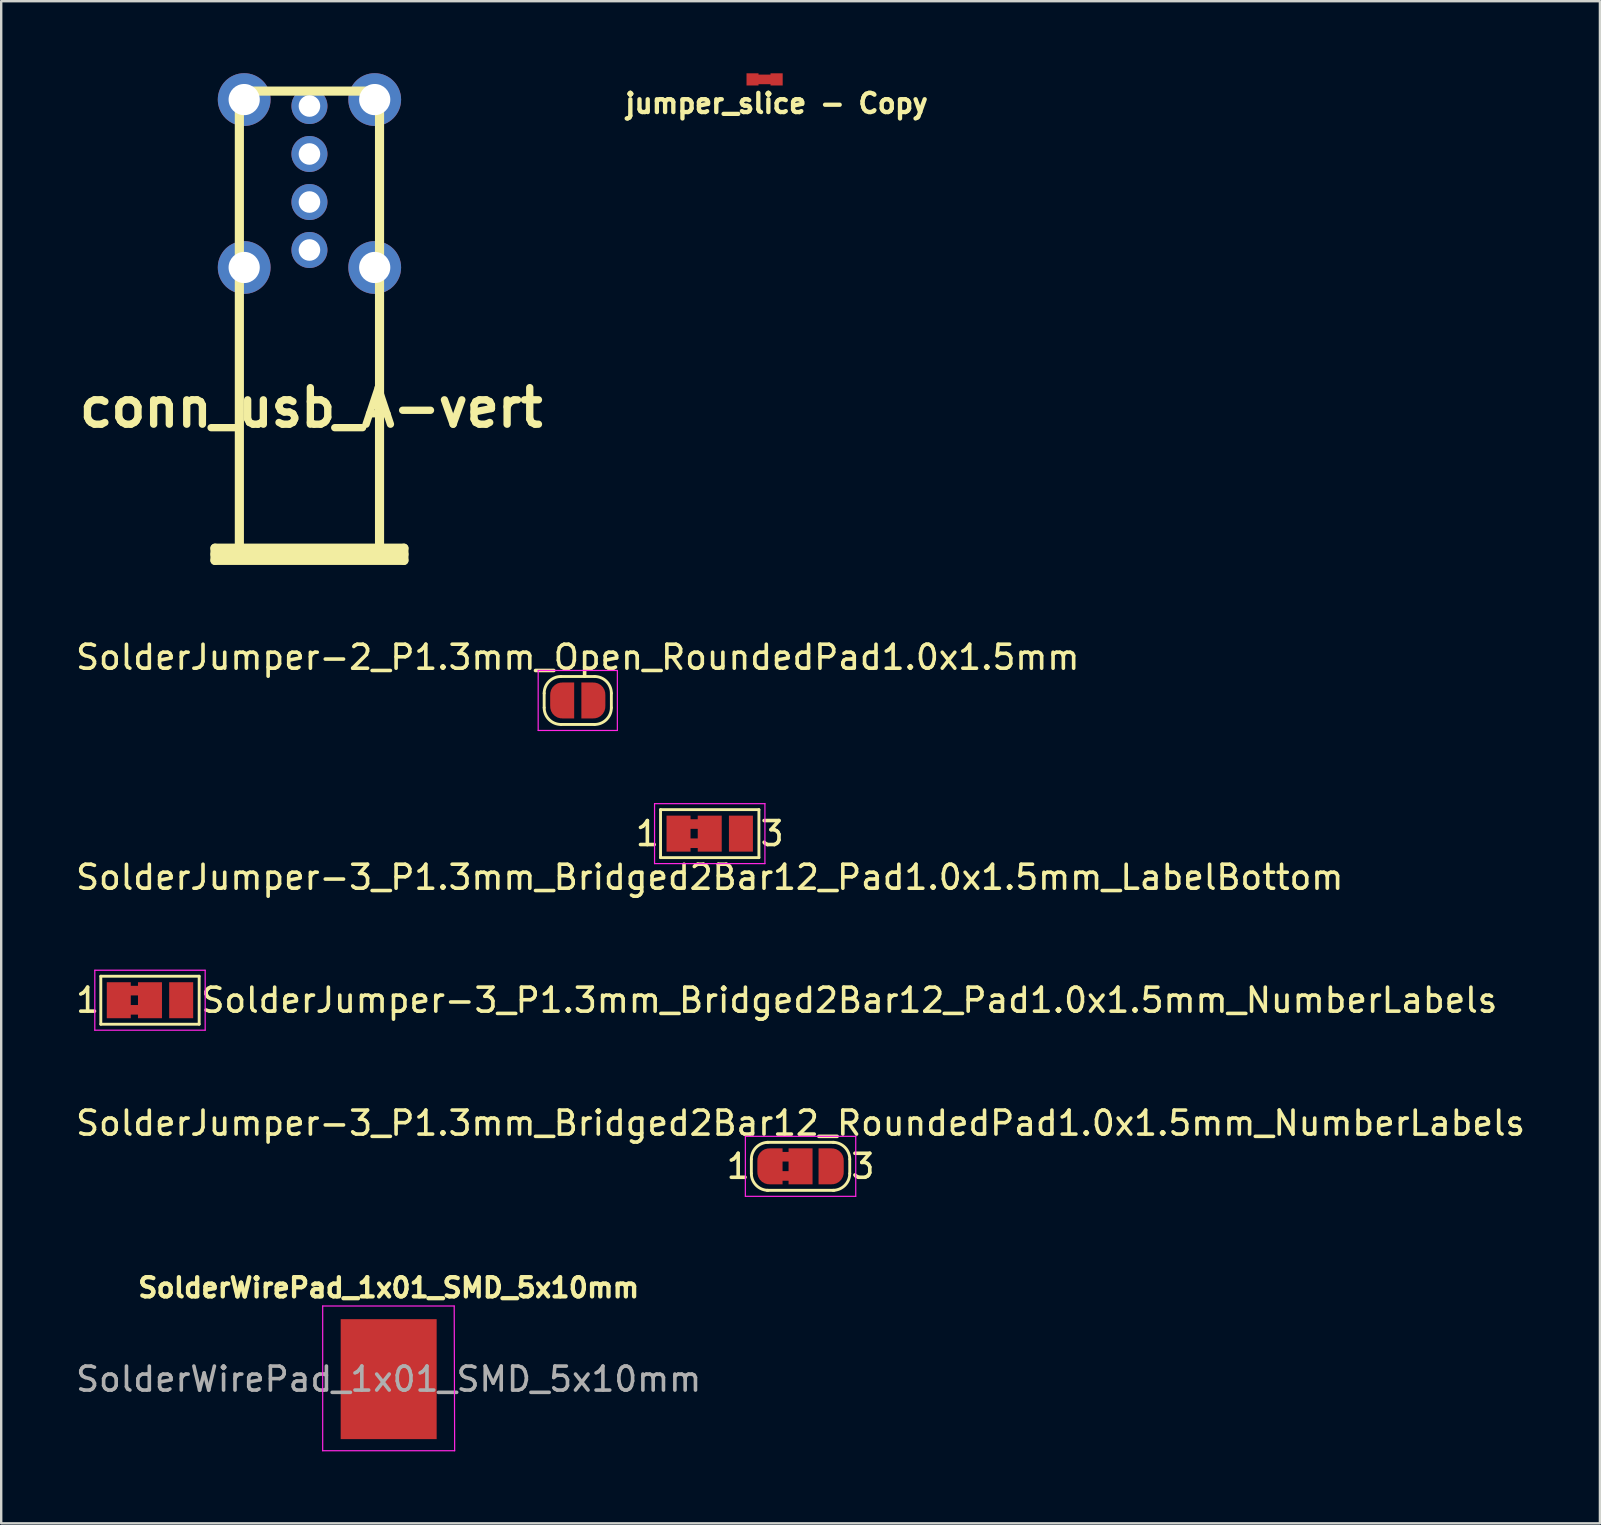
<source format=kicad_pcb>
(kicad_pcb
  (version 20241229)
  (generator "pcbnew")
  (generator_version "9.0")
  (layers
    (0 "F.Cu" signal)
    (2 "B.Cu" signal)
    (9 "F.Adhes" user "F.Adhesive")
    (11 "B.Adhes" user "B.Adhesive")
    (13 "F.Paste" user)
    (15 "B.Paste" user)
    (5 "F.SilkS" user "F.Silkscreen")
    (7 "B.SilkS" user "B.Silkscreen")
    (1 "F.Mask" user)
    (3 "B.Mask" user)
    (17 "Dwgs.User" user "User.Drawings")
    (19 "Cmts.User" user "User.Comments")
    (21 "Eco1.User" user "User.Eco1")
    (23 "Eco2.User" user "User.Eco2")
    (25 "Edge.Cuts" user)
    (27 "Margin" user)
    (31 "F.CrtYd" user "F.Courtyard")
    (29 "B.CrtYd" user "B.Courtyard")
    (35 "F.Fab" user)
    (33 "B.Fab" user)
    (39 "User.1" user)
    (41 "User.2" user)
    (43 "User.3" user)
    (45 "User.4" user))
  (footprint "SolderWirePad_1x01_SMD_5x10mm"
    (layer "F.Cu")
    (at 13.149 54.429)
    (property "Reference" "SolderWirePad_1x01_SMD_5x10mm" (at 0 -3.81 0) (layer "F.SilkS") (effects (font (size 0.8 0.8) (thickness 0.18))))
    (attr smd exclude_from_pos_files exclude_from_bom)
    (fp_line (start -2.75 -3.048) (end -2.75 2.985) (stroke (width 0.05) (type solid)) (layer "F.CrtYd"))
    (fp_line (start -2.75 2.985) (end 2.75 2.985) (stroke (width 0.05) (type solid)) (layer "F.CrtYd"))
    (fp_line (start 2.731 -3.048) (end -2.75 -3.048) (stroke (width 0.05) (type solid)) (layer "F.CrtYd"))
    (fp_line (start 2.75 2.985) (end 2.731 -3.048) (stroke (width 0.05) (type solid)) (layer "F.CrtYd"))
    (fp_text user "${REFERENCE}" (at 0 0 0) (layer "F.Fab") (effects (font (size 1 1) (thickness 0.15))))
    (pad "1" smd rect (at 0 0) (size 4 5) (layers "F.Cu" "F.Mask" "F.Paste")))
  (footprint "jumper_slice - Copy"
    (layer "F.Cu")
    (at 28.817 0.259)
    (property "Reference" "jumper_slice - Copy" (at 0.5 1 0) (layer "F.SilkS") (effects (font (size 0.8 0.8) (thickness 0.18))))
    (attr through_hole)
    (fp_poly (pts (xy -0.275 -0.2) (xy 0.275 -0.2) (xy 0.275 0.2) (xy -0.275 0.2)) (stroke (width 0) (type solid)) (fill yes) (layer "F.Cu"))
    (fp_poly (pts (xy 0.254 0.254) (xy -0.254 0.254) (xy -0.254 -0.254) (xy 0.254 -0.254)) (stroke (width 0.01) (type solid)) (fill yes) (layer "F.Mask"))
    (pad "1" smd rect (at -0.504 0 180) (size 0.5 0.508) (layers "F.Cu" "F.Mask"))
    (pad "2" smd rect (at 0.5 0 180) (size 0.508 0.508) (layers "F.Cu" "F.Mask")))
  (footprint "SolderJumper-3_P1.3mm_Bridged2Bar12_RoundedPad1.0x1.5mm_NumberLabels"
    (layer "F.Cu")
    (at 30.315 45.56)
    (property "Reference" "SolderJumper-3_P1.3mm_Bridged2Bar12_RoundedPad1.0x1.5mm_NumberLabels" (at 0 -1.8 0) (layer "F.SilkS") (effects (font (size 1 1) (thickness 0.15))))
    (attr exclude_from_pos_files)
    (fp_poly (pts (xy -0.9 -0.6) (xy -0.4 -0.6) (xy -0.4 -0.2) (xy -0.9 -0.2)) (stroke (width 0) (type solid)) (fill yes) (layer "F.Cu"))
    (fp_poly (pts (xy -0.9 0.2) (xy -0.4 0.2) (xy -0.4 0.6) (xy -0.9 0.6)) (stroke (width 0) (type solid)) (fill yes) (layer "F.Cu"))
    (fp_line (start -2.05 0.3) (end -2.05 -0.3) (stroke (width 0.12) (type solid)) (layer "F.SilkS"))
    (fp_line (start -1.4 -1) (end 1.4 -1) (stroke (width 0.12) (type solid)) (layer "F.SilkS"))
    (fp_line (start 1.4 1) (end -1.4 1) (stroke (width 0.12) (type solid)) (layer "F.SilkS"))
    (fp_line (start 2.05 -0.3) (end 2.05 0.3) (stroke (width 0.12) (type solid)) (layer "F.SilkS"))
    (fp_arc (start -2.05 -0.3) (mid -1.844975 -0.794975) (end -1.35 -1) (stroke (width 0.12) (type solid)) (layer "F.SilkS"))
    (fp_arc (start -1.35 1) (mid -1.844975 0.794975) (end -2.05 0.3) (stroke (width 0.12) (type solid)) (layer "F.SilkS"))
    (fp_arc (start 1.35 -1) (mid 1.844975 -0.794975) (end 2.05 -0.3) (stroke (width 0.12) (type solid)) (layer "F.SilkS"))
    (fp_arc (start 2.05 0.3) (mid 1.844975 0.794975) (end 1.35 1) (stroke (width 0.12) (type solid)) (layer "F.SilkS"))
    (fp_line (start -2.3 -1.25) (end -2.3 1.25) (stroke (width 0.05) (type solid)) (layer "F.CrtYd"))
    (fp_line (start -2.3 -1.25) (end 2.3 -1.25) (stroke (width 0.05) (type solid)) (layer "F.CrtYd"))
    (fp_line (start 2.3 1.25) (end -2.3 1.25) (stroke (width 0.05) (type solid)) (layer "F.CrtYd"))
    (fp_line (start 2.3 1.25) (end 2.3 -1.25) (stroke (width 0.05) (type solid)) (layer "F.CrtYd"))
    (fp_text user "1" (at -2.6 0 0) (layer "F.SilkS") (effects (font (size 1 1) (thickness 0.15))))
    (fp_text user "3" (at 2.6 0 0) (layer "F.SilkS") (effects (font (size 1 1) (thickness 0.15))))
    (pad "1" smd custom (at -1.3 0) (size 1 0.5) (layers "F.Cu" "F.Mask") (options (anchor rect)) (primitives (gr_circle (center 0 0.25) (end 0.5 0.25) (width 0) (fill yes)) (gr_circle (center 0 -0.25) (end 0.5 -0.25) (width 0) (fill yes)) (gr_poly (pts (xy 0.55 0.75) (xy 0 0.75) (xy 0 -0.75) (xy 0.55 -0.75)) (width 0) (fill yes))))
    (pad "2" smd rect (at 0 0) (size 1 1.5) (layers "F.Cu" "F.Mask"))
    (pad "3" smd custom (at 1.3 0) (size 1 0.5) (layers "F.Cu" "F.Mask") (options (anchor rect)) (primitives (gr_circle (center 0 0.25) (end 0.5 0.25) (width 0) (fill yes)) (gr_circle (center 0 -0.25) (end 0.5 -0.25) (width 0) (fill yes)) (gr_poly (pts (xy 0 0.75) (xy -0.55 0.75) (xy -0.55 -0.75) (xy 0 -0.75)) (width 0) (fill yes)))))
  (footprint "SolderJumper-3_P1.3mm_Bridged2Bar12_Pad1.0x1.5mm_NumberLabels"
    (layer "F.Cu")
    (at 3.201 38.637)
    (property "Reference" "SolderJumper-3_P1.3mm_Bridged2Bar12_Pad1.0x1.5mm_NumberLabels" (at 2.05 0 0) (unlocked yes) (layer "F.SilkS") (effects (font (size 1 1) (thickness 0.15)) (justify left)))
    (attr exclude_from_pos_files exclude_from_bom)
    (fp_poly (pts (xy -0.9 -0.6) (xy -0.4 -0.6) (xy -0.4 -0.2) (xy -0.9 -0.2)) (stroke (width 0) (type solid)) (fill yes) (layer "F.Cu"))
    (fp_poly (pts (xy -0.9 0.2) (xy -0.4 0.2) (xy -0.4 0.6) (xy -0.9 0.6)) (stroke (width 0) (type solid)) (fill yes) (layer "F.Cu"))
    (fp_line (start -2.05 -1) (end 2.05 -1) (stroke (width 0.12) (type solid)) (layer "F.SilkS"))
    (fp_line (start -2.05 1) (end -2.05 -1) (stroke (width 0.12) (type solid)) (layer "F.SilkS"))
    (fp_line (start 2.05 -1) (end 2.05 1) (stroke (width 0.12) (type solid)) (layer "F.SilkS"))
    (fp_line (start 2.05 1) (end -2.05 1) (stroke (width 0.12) (type solid)) (layer "F.SilkS"))
    (fp_line (start -2.3 -1.25) (end -2.3 1.25) (stroke (width 0.05) (type solid)) (layer "F.CrtYd"))
    (fp_line (start -2.3 -1.25) (end 2.3 -1.25) (stroke (width 0.05) (type solid)) (layer "F.CrtYd"))
    (fp_line (start 2.3 1.25) (end -2.3 1.25) (stroke (width 0.05) (type solid)) (layer "F.CrtYd"))
    (fp_line (start 2.3 1.25) (end 2.3 -1.25) (stroke (width 0.05) (type solid)) (layer "F.CrtYd"))
    (fp_text user "1" (at -2.6 0 0) (layer "F.SilkS") (effects (font (size 1 1) (thickness 0.15))))
    (pad "1" smd rect (at -1.3 0) (size 1 1.5) (layers "F.Cu" "F.Mask"))
    (pad "2" smd rect (at 0 0) (size 1 1.5) (layers "F.Cu" "F.Mask"))
    (pad "3" smd rect (at 1.3 0) (size 1 1.5) (layers "F.Cu" "F.Mask")))
  (footprint "conn_usb_A-vert"
    (layer "F.Cu")
    (at 9.847 10.399)
    (property "Reference" "conn_usb_A-vert" (at 0.074 3.541 180) (layer "F.SilkS") (effects (font (size 1.524 1.524) (thickness 0.305))))
    (attr through_hole)
    (fp_line (start -3.937 9.398) (end -3.937 9.906) (stroke (width 0.381) (type solid)) (layer "F.SilkS"))
    (fp_line (start -3.937 9.906) (end 3.937 9.906) (stroke (width 0.381) (type solid)) (layer "F.SilkS"))
    (fp_line (start -2.921 -9.652) (end -2.921 9.652) (stroke (width 0.381) (type solid)) (layer "F.SilkS"))
    (fp_line (start 2.921 -9.652) (end -2.921 -9.652) (stroke (width 0.381) (type solid)) (layer "F.SilkS"))
    (fp_line (start 2.921 9.652) (end 2.921 -9.652) (stroke (width 0.381) (type solid)) (layer "F.SilkS"))
    (fp_line (start 3.937 9.398) (end -3.937 9.398) (stroke (width 0.381) (type solid)) (layer "F.SilkS"))
    (fp_line (start 3.937 9.652) (end -3.937 9.652) (stroke (width 0.381) (type solid)) (layer "F.SilkS"))
    (fp_line (start 3.937 9.906) (end 3.937 9.398) (stroke (width 0.381) (type solid)) (layer "F.SilkS"))
    (pad "" thru_hole circle (at -2.72 -9.299) (size 2.2 2.2) (drill 1.3) (layers "*.Cu" "*.Mask"))
    (pad "" thru_hole circle (at -2.72 -2.301) (size 2.2 2.2) (drill 1.3) (layers "*.Cu" "*.Mask"))
    (pad "" thru_hole circle (at 2.72 -9.299) (size 2.2 2.2) (drill 1.3) (layers "*.Cu" "*.Mask"))
    (pad "" thru_hole circle (at 2.72 -2.301) (size 2.2 2.2) (drill 1.3) (layers "*.Cu" "*.Mask"))
    (pad "1" thru_hole circle (at 0 -3.03) (size 1.501 1.501) (drill 0.899) (layers "*.Cu" "*.Mask"))
    (pad "2" thru_hole circle (at 0 -5.029) (size 1.501 1.501) (drill 0.899) (layers "*.Cu" "*.Mask"))
    (pad "3" thru_hole circle (at 0 -7.031) (size 1.501 1.501) (drill 0.899) (layers "*.Cu" "*.Mask"))
    (pad "4" thru_hole circle (at 0 -9.03) (size 1.501 1.501) (drill 0.899) (layers "*.Cu" "*.Mask")))
  (footprint "SolderJumper-2_P1.3mm_Open_RoundedPad1.0x1.5mm"
    (layer "F.Cu")
    (at 21.03 26.144)
    (property "Reference" "SolderJumper-2_P1.3mm_Open_RoundedPad1.0x1.5mm" (at 0 -1.8 180) (layer "F.SilkS") (effects (font (size 1 1) (thickness 0.15))))
    (attr exclude_from_pos_files exclude_from_bom)
    (fp_line (start -1.4 0.3) (end -1.4 -0.3) (stroke (width 0.12) (type solid)) (layer "F.SilkS"))
    (fp_line (start -0.7 -1) (end 0.7 -1) (stroke (width 0.12) (type solid)) (layer "F.SilkS"))
    (fp_line (start 0.7 1) (end -0.7 1) (stroke (width 0.12) (type solid)) (layer "F.SilkS"))
    (fp_line (start 1.4 -0.3) (end 1.4 0.3) (stroke (width 0.12) (type solid)) (layer "F.SilkS"))
    (fp_arc (start -1.4 -0.3) (mid -1.194975 -0.794975) (end -0.7 -1) (stroke (width 0.12) (type solid)) (layer "F.SilkS"))
    (fp_arc (start -0.7 1) (mid -1.194975 0.794975) (end -1.4 0.3) (stroke (width 0.12) (type solid)) (layer "F.SilkS"))
    (fp_arc (start 0.7 -1) (mid 1.194975 -0.794975) (end 1.4 -0.3) (stroke (width 0.12) (type solid)) (layer "F.SilkS"))
    (fp_arc (start 1.4 0.3) (mid 1.194975 0.794975) (end 0.7 1) (stroke (width 0.12) (type solid)) (layer "F.SilkS"))
    (fp_line (start -1.65 -1.25) (end -1.65 1.25) (stroke (width 0.05) (type solid)) (layer "F.CrtYd"))
    (fp_line (start -1.65 -1.25) (end 1.65 -1.25) (stroke (width 0.05) (type solid)) (layer "F.CrtYd"))
    (fp_line (start 1.65 1.25) (end -1.65 1.25) (stroke (width 0.05) (type solid)) (layer "F.CrtYd"))
    (fp_line (start 1.65 1.25) (end 1.65 -1.25) (stroke (width 0.05) (type solid)) (layer "F.CrtYd"))
    (pad "1" smd custom (at -0.65 0) (size 1 0.5) (layers "F.Cu" "F.Mask") (options (anchor rect)) (primitives (gr_circle (center 0 0.25) (end 0.5 0.25) (width 0) (fill yes)) (gr_circle (center 0 -0.25) (end 0.5 -0.25) (width 0) (fill yes)) (gr_poly (pts (xy 0.5 0.75) (xy 0 0.75) (xy 0 -0.75) (xy 0.5 -0.75)) (width 0) (fill yes))))
    (pad "2" smd custom (at 0.65 0) (size 1 0.5) (layers "F.Cu" "F.Mask") (options (anchor rect)) (primitives (gr_circle (center 0 0.25) (end 0.5 0.25) (width 0) (fill yes)) (gr_circle (center 0 -0.25) (end 0.5 -0.25) (width 0) (fill yes)) (gr_poly (pts (xy 0 0.75) (xy -0.5 0.75) (xy -0.5 -0.75) (xy 0 -0.75)) (width 0) (fill yes)))))
  (footprint "SolderJumper-3_P1.3mm_Bridged2Bar12_Pad1.0x1.5mm_LabelBottom"
    (layer "F.Cu")
    (at 26.53 31.694)
    (property "Reference" "SolderJumper-3_P1.3mm_Bridged2Bar12_Pad1.0x1.5mm_LabelBottom" (at 0 1.82 0) (layer "F.SilkS") (effects (font (size 1 1) (thickness 0.15))))
    (attr exclude_from_pos_files exclude_from_bom)
    (fp_poly (pts (xy -0.9 -0.6) (xy -0.4 -0.6) (xy -0.4 -0.2) (xy -0.9 -0.2)) (stroke (width 0) (type solid)) (fill yes) (layer "F.Cu"))
    (fp_poly (pts (xy -0.9 0.2) (xy -0.4 0.2) (xy -0.4 0.6) (xy -0.9 0.6)) (stroke (width 0) (type solid)) (fill yes) (layer "F.Cu"))
    (fp_line (start -2.05 -1) (end 2.05 -1) (stroke (width 0.12) (type solid)) (layer "F.SilkS"))
    (fp_line (start -2.05 1) (end -2.05 -1) (stroke (width 0.12) (type solid)) (layer "F.SilkS"))
    (fp_line (start 2.05 -1) (end 2.05 1) (stroke (width 0.12) (type solid)) (layer "F.SilkS"))
    (fp_line (start 2.05 1) (end -2.05 1) (stroke (width 0.12) (type solid)) (layer "F.SilkS"))
    (fp_line (start -2.3 -1.25) (end -2.3 1.25) (stroke (width 0.05) (type solid)) (layer "F.CrtYd"))
    (fp_line (start -2.3 -1.25) (end 2.3 -1.25) (stroke (width 0.05) (type solid)) (layer "F.CrtYd"))
    (fp_line (start 2.3 1.25) (end -2.3 1.25) (stroke (width 0.05) (type solid)) (layer "F.CrtYd"))
    (fp_line (start 2.3 1.25) (end 2.3 -1.25) (stroke (width 0.05) (type solid)) (layer "F.CrtYd"))
    (fp_text user "3" (at 2.6 0 0) (layer "F.SilkS") (effects (font (size 1 1) (thickness 0.15))))
    (fp_text user "1" (at -2.6 0 0) (layer "F.SilkS") (effects (font (size 1 1) (thickness 0.15))))
    (pad "1" smd rect (at -1.3 0) (size 1 1.5) (layers "F.Cu" "F.Mask"))
    (pad "2" smd rect (at 0 0) (size 1 1.5) (layers "F.Cu" "F.Mask"))
    (pad "3" smd rect (at 1.3 0) (size 1 1.5) (layers "F.Cu" "F.Mask")))
  (gr_rect
    (start -3 -3)
    (end 63.631 60.438)
    (stroke (width 0.1) (type default))
    (fill no)
    (layer "Edge.Cuts")))
</source>
